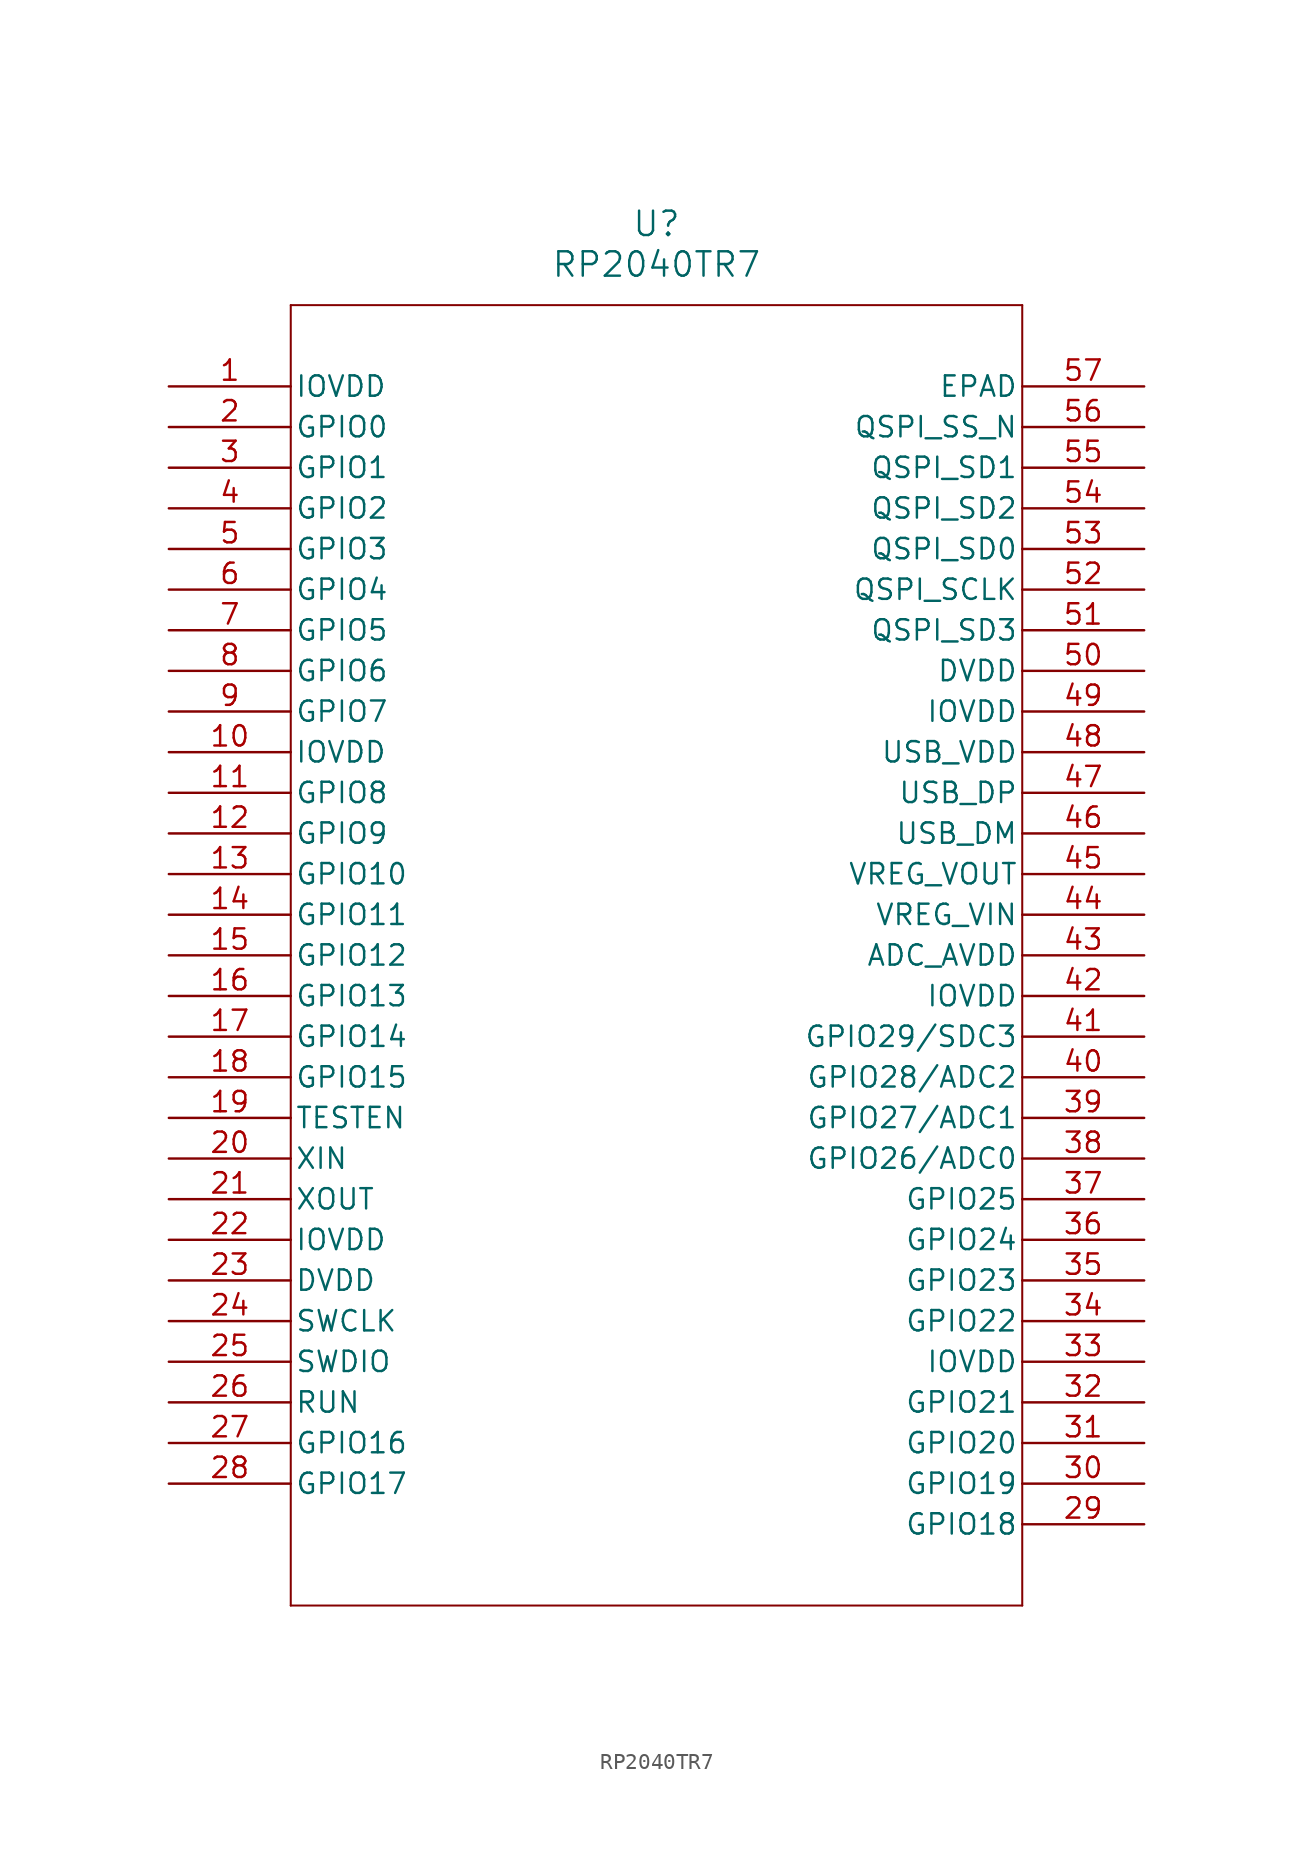
<source format=kicad_sym>
(kicad_symbol_lib
  (version 20211014)
  (generator kicad_symbol_editor)
  (symbol "RP2040TR7"
    (pin_names
      (offset 0.254))
    (property "Reference" "U"
      (at 30.48 10.16 0)
      (effects (font (size 1.524 1.524))))
    (property "Value" "RP2040TR7"
      (at 30.48 7.62 0)
      (effects (font (size 1.524 1.524))))
    (symbol "RP2040TR7_0_1"
      (polyline (pts (xy 7.62 5.08) (xy 7.62 -76.2)) (stroke (width 0.127) (type default) (color 0 0 0 0)) (fill (type none)))
      (polyline (pts (xy 7.62 -76.2) (xy 53.34 -76.2)) (stroke (width 0.127) (type default) (color 0 0 0 0)) (fill (type none)))
      (polyline (pts (xy 53.34 -76.2) (xy 53.34 5.08)) (stroke (width 0.127) (type default) (color 0 0 0 0)) (fill (type none)))
      (polyline (pts (xy 53.34 5.08) (xy 7.62 5.08)) (stroke (width 0.127) (type default) (color 0 0 0 0)) (fill (type none)))
      (pin power_in line (at 0 0 0) (length 7.62) (name "IOVDD" (effects (font (size 1.27 1.27)))) (number "1" (effects (font (size 1.27 1.27)))))
      (pin bidirectional line (at 0 -2.54 0) (length 7.62) (name "GPIO0" (effects (font (size 1.27 1.27)))) (number "2" (effects (font (size 1.27 1.27)))))
      (pin bidirectional line (at 0 -5.08 0) (length 7.62) (name "GPIO1" (effects (font (size 1.27 1.27)))) (number "3" (effects (font (size 1.27 1.27)))))
      (pin bidirectional line (at 0 -7.62 0) (length 7.62) (name "GPIO2" (effects (font (size 1.27 1.27)))) (number "4" (effects (font (size 1.27 1.27)))))
      (pin bidirectional line (at 0 -10.16 0) (length 7.62) (name "GPIO3" (effects (font (size 1.27 1.27)))) (number "5" (effects (font (size 1.27 1.27)))))
      (pin bidirectional line (at 0 -12.7 0) (length 7.62) (name "GPIO4" (effects (font (size 1.27 1.27)))) (number "6" (effects (font (size 1.27 1.27)))))
      (pin bidirectional line (at 0 -15.24 0) (length 7.62) (name "GPIO5" (effects (font (size 1.27 1.27)))) (number "7" (effects (font (size 1.27 1.27)))))
      (pin bidirectional line (at 0 -17.78 0) (length 7.62) (name "GPIO6" (effects (font (size 1.27 1.27)))) (number "8" (effects (font (size 1.27 1.27)))))
      (pin bidirectional line (at 0 -20.32 0) (length 7.62) (name "GPIO7" (effects (font (size 1.27 1.27)))) (number "9" (effects (font (size 1.27 1.27)))))
      (pin power_in line (at 0 -22.86 0) (length 7.62) (name "IOVDD" (effects (font (size 1.27 1.27)))) (number "10" (effects (font (size 1.27 1.27)))))
      (pin bidirectional line (at 0 -25.4 0) (length 7.62) (name "GPIO8" (effects (font (size 1.27 1.27)))) (number "11" (effects (font (size 1.27 1.27)))))
      (pin bidirectional line (at 0 -27.94 0) (length 7.62) (name "GPIO9" (effects (font (size 1.27 1.27)))) (number "12" (effects (font (size 1.27 1.27)))))
      (pin bidirectional line (at 0 -30.48 0) (length 7.62) (name "GPIO10" (effects (font (size 1.27 1.27)))) (number "13" (effects (font (size 1.27 1.27)))))
      (pin bidirectional line (at 0 -33.02 0) (length 7.62) (name "GPIO11" (effects (font (size 1.27 1.27)))) (number "14" (effects (font (size 1.27 1.27)))))
      (pin bidirectional line (at 0 -35.56 0) (length 7.62) (name "GPIO12" (effects (font (size 1.27 1.27)))) (number "15" (effects (font (size 1.27 1.27)))))
      (pin bidirectional line (at 0 -38.1 0) (length 7.62) (name "GPIO13" (effects (font (size 1.27 1.27)))) (number "16" (effects (font (size 1.27 1.27)))))
      (pin bidirectional line (at 0 -40.64 0) (length 7.62) (name "GPIO14" (effects (font (size 1.27 1.27)))) (number "17" (effects (font (size 1.27 1.27)))))
      (pin bidirectional line (at 0 -43.18 0) (length 7.62) (name "GPIO15" (effects (font (size 1.27 1.27)))) (number "18" (effects (font (size 1.27 1.27)))))
      (pin power_out line (at 0 -45.72 0) (length 7.62) (name "TESTEN" (effects (font (size 1.27 1.27)))) (number "19" (effects (font (size 1.27 1.27)))))
      (pin input line (at 0 -48.26 0) (length 7.62) (name "XIN" (effects (font (size 1.27 1.27)))) (number "20" (effects (font (size 1.27 1.27)))))
      (pin output line (at 0 -50.8 0) (length 7.62) (name "XOUT" (effects (font (size 1.27 1.27)))) (number "21" (effects (font (size 1.27 1.27)))))
      (pin power_in line (at 0 -53.34 0) (length 7.62) (name "IOVDD" (effects (font (size 1.27 1.27)))) (number "22" (effects (font (size 1.27 1.27)))))
      (pin power_in line (at 0 -55.88 0) (length 7.62) (name "DVDD" (effects (font (size 1.27 1.27)))) (number "23" (effects (font (size 1.27 1.27)))))
      (pin unspecified line (at 0 -58.42 0) (length 7.62) (name "SWCLK" (effects (font (size 1.27 1.27)))) (number "24" (effects (font (size 1.27 1.27)))))
      (pin bidirectional line (at 0 -60.96 0) (length 7.62) (name "SWDIO" (effects (font (size 1.27 1.27)))) (number "25" (effects (font (size 1.27 1.27)))))
      (pin unspecified line (at 0 -63.5 0) (length 7.62) (name "RUN" (effects (font (size 1.27 1.27)))) (number "26" (effects (font (size 1.27 1.27)))))
      (pin bidirectional line (at 0 -66.04 0) (length 7.62) (name "GPIO16" (effects (font (size 1.27 1.27)))) (number "27" (effects (font (size 1.27 1.27)))))
      (pin bidirectional line (at 0 -68.58 0) (length 7.62) (name "GPIO17" (effects (font (size 1.27 1.27)))) (number "28" (effects (font (size 1.27 1.27)))))
      (pin bidirectional line (at 60.96 -71.12 180) (length 7.62) (name "GPIO18" (effects (font (size 1.27 1.27)))) (number "29" (effects (font (size 1.27 1.27)))))
      (pin bidirectional line (at 60.96 -68.58 180) (length 7.62) (name "GPIO19" (effects (font (size 1.27 1.27)))) (number "30" (effects (font (size 1.27 1.27)))))
      (pin bidirectional line (at 60.96 -66.04 180) (length 7.62) (name "GPIO20" (effects (font (size 1.27 1.27)))) (number "31" (effects (font (size 1.27 1.27)))))
      (pin bidirectional line (at 60.96 -63.5 180) (length 7.62) (name "GPIO21" (effects (font (size 1.27 1.27)))) (number "32" (effects (font (size 1.27 1.27)))))
      (pin power_in line (at 60.96 -60.96 180) (length 7.62) (name "IOVDD" (effects (font (size 1.27 1.27)))) (number "33" (effects (font (size 1.27 1.27)))))
      (pin bidirectional line (at 60.96 -58.42 180) (length 7.62) (name "GPIO22" (effects (font (size 1.27 1.27)))) (number "34" (effects (font (size 1.27 1.27)))))
      (pin bidirectional line (at 60.96 -55.88 180) (length 7.62) (name "GPIO23" (effects (font (size 1.27 1.27)))) (number "35" (effects (font (size 1.27 1.27)))))
      (pin bidirectional line (at 60.96 -53.34 180) (length 7.62) (name "GPIO24" (effects (font (size 1.27 1.27)))) (number "36" (effects (font (size 1.27 1.27)))))
      (pin bidirectional line (at 60.96 -50.8 180) (length 7.62) (name "GPIO25" (effects (font (size 1.27 1.27)))) (number "37" (effects (font (size 1.27 1.27)))))
      (pin bidirectional line (at 60.96 -48.26 180) (length 7.62) (name "GPIO26/ADC0" (effects (font (size 1.27 1.27)))) (number "38" (effects (font (size 1.27 1.27)))))
      (pin bidirectional line (at 60.96 -45.72 180) (length 7.62) (name "GPIO27/ADC1" (effects (font (size 1.27 1.27)))) (number "39" (effects (font (size 1.27 1.27)))))
      (pin bidirectional line (at 60.96 -43.18 180) (length 7.62) (name "GPIO28/ADC2" (effects (font (size 1.27 1.27)))) (number "40" (effects (font (size 1.27 1.27)))))
      (pin bidirectional line (at 60.96 -40.64 180) (length 7.62) (name "GPIO29/SDC3" (effects (font (size 1.27 1.27)))) (number "41" (effects (font (size 1.27 1.27)))))
      (pin power_in line (at 60.96 -38.1 180) (length 7.62) (name "IOVDD" (effects (font (size 1.27 1.27)))) (number "42" (effects (font (size 1.27 1.27)))))
      (pin power_in line (at 60.96 -35.56 180) (length 7.62) (name "ADC_AVDD" (effects (font (size 1.27 1.27)))) (number "43" (effects (font (size 1.27 1.27)))))
      (pin power_in line (at 60.96 -33.02 180) (length 7.62) (name "VREG_VIN" (effects (font (size 1.27 1.27)))) (number "44" (effects (font (size 1.27 1.27)))))
      (pin power_in line (at 60.96 -30.48 180) (length 7.62) (name "VREG_VOUT" (effects (font (size 1.27 1.27)))) (number "45" (effects (font (size 1.27 1.27)))))
      (pin unspecified line (at 60.96 -27.94 180) (length 7.62) (name "USB_DM" (effects (font (size 1.27 1.27)))) (number "46" (effects (font (size 1.27 1.27)))))
      (pin unspecified line (at 60.96 -25.4 180) (length 7.62) (name "USB_DP" (effects (font (size 1.27 1.27)))) (number "47" (effects (font (size 1.27 1.27)))))
      (pin power_in line (at 60.96 -22.86 180) (length 7.62) (name "USB_VDD" (effects (font (size 1.27 1.27)))) (number "48" (effects (font (size 1.27 1.27)))))
      (pin power_in line (at 60.96 -20.32 180) (length 7.62) (name "IOVDD" (effects (font (size 1.27 1.27)))) (number "49" (effects (font (size 1.27 1.27)))))
      (pin power_in line (at 60.96 -17.78 180) (length 7.62) (name "DVDD" (effects (font (size 1.27 1.27)))) (number "50" (effects (font (size 1.27 1.27)))))
      (pin bidirectional line (at 60.96 -15.24 180) (length 7.62) (name "QSPI_SD3" (effects (font (size 1.27 1.27)))) (number "51" (effects (font (size 1.27 1.27)))))
      (pin bidirectional line (at 60.96 -12.7 180) (length 7.62) (name "QSPI_SCLK" (effects (font (size 1.27 1.27)))) (number "52" (effects (font (size 1.27 1.27)))))
      (pin bidirectional line (at 60.96 -10.16 180) (length 7.62) (name "QSPI_SD0" (effects (font (size 1.27 1.27)))) (number "53" (effects (font (size 1.27 1.27)))))
      (pin bidirectional line (at 60.96 -7.62 180) (length 7.62) (name "QSPI_SD2" (effects (font (size 1.27 1.27)))) (number "54" (effects (font (size 1.27 1.27)))))
      (pin bidirectional line (at 60.96 -5.08 180) (length 7.62) (name "QSPI_SD1" (effects (font (size 1.27 1.27)))) (number "55" (effects (font (size 1.27 1.27)))))
      (pin bidirectional line (at 60.96 -2.54 180) (length 7.62) (name "QSPI_SS_N" (effects (font (size 1.27 1.27)))) (number "56" (effects (font (size 1.27 1.27)))))
      (pin power_out line (at 60.96 0 180) (length 7.62) (name "EPAD" (effects (font (size 1.27 1.27)))) (number "57" (effects (font (size 1.27 1.27))))))))
</source>
